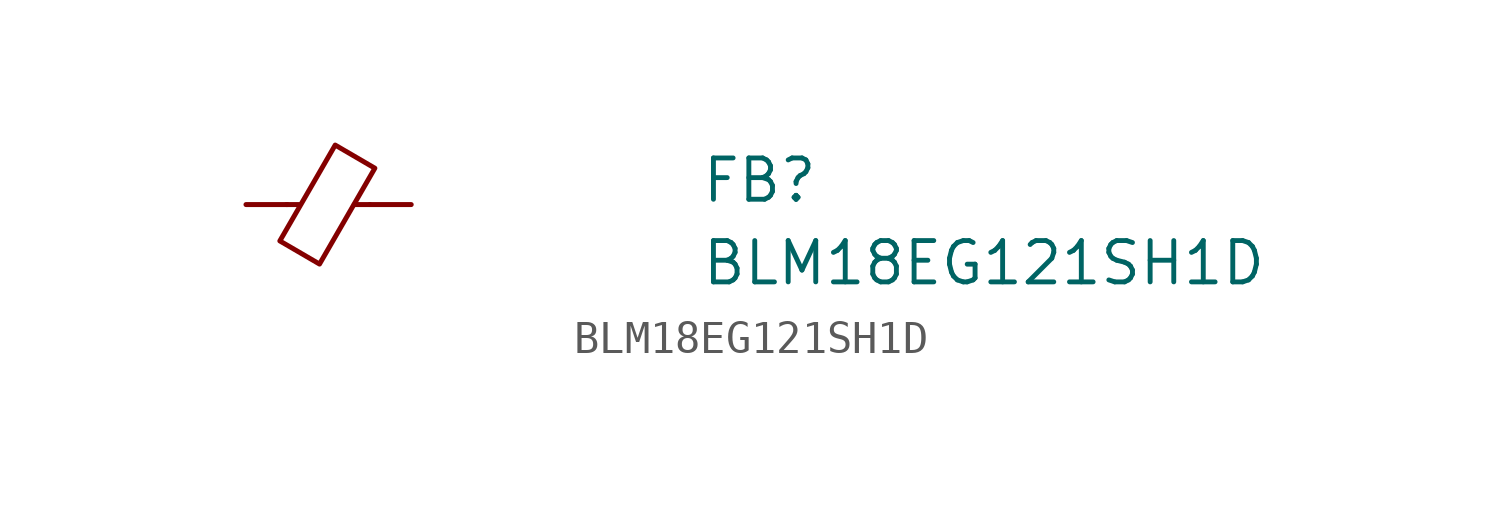
<source format=kicad_sym>
(kicad_symbol_lib
  (version 20211014)
  (generator kicad_symbol_editor)
  (symbol "BLM18EG121SH1D"
    (pin_numbers hide)
    (pin_names hide)
    (property "Reference" "FB"
      (at 13.97 0 0)
      (effects (font (size 1.27 1.27) (thickness 0.15)) (justify left bottom)))
    (property "Value" "BLM18EG121SH1D"
      (at 13.97 -2.54 0)
      (effects (font (size 1.27 1.27) (thickness 0.15)) (justify left bottom)))
    (symbol "BLM18EG121SH1D_0_1"
      (polyline (pts (xy 1.651 0) (xy 1.245 0)) (stroke (width 0) (type default) (color 0 0 0 0)) (fill (type none)))
      (polyline (pts (xy 3.81 0) (xy 3.327 0)) (stroke (width 0) (type default) (color 0 0 0 0)) (fill (type none)))
      (polyline (pts (xy 2.261 -1.829) (xy 1.041 -1.118) (xy 2.743 1.829) (xy 3.962 1.118) (xy 2.261 -1.829)) (stroke (width 0) (type default) (color 0 0 0 0)) (fill (type none))))
    (symbol "BLM18EG121SH1D_1_1"
      (pin passive line (at 0 0 0) (length 1.27) (name "~" (effects (font (size 1.27 1.27)))) (number "1" (effects (font (size 1.27 1.27)))))
      (pin passive line (at 5.08 0 180) (length 1.27) (name "~" (effects (font (size 1.27 1.27)))) (number "2" (effects (font (size 1.27 1.27))))))))
</source>
